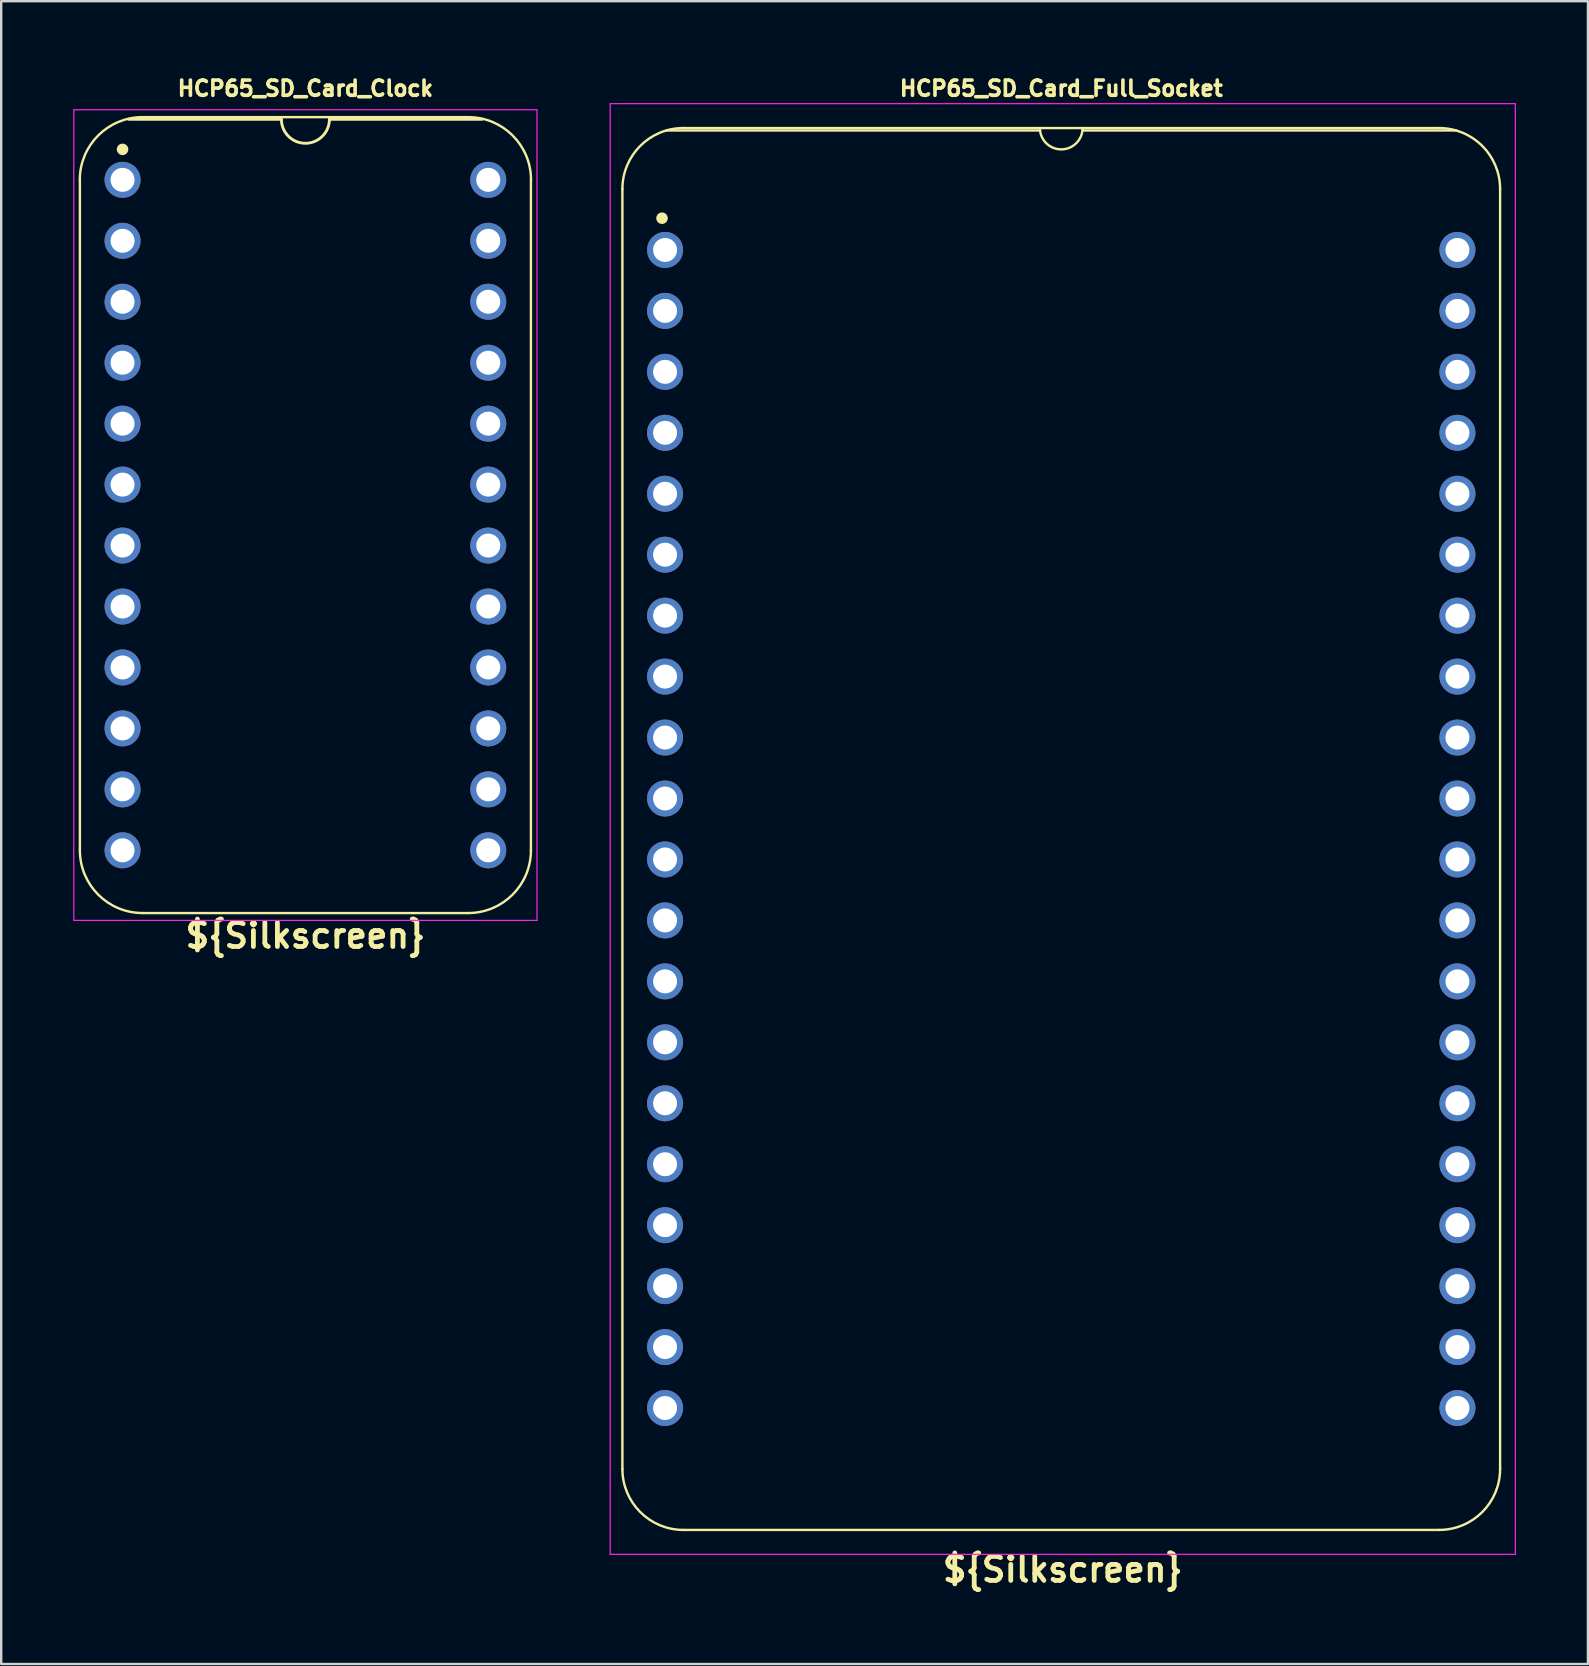
<source format=kicad_pcb>
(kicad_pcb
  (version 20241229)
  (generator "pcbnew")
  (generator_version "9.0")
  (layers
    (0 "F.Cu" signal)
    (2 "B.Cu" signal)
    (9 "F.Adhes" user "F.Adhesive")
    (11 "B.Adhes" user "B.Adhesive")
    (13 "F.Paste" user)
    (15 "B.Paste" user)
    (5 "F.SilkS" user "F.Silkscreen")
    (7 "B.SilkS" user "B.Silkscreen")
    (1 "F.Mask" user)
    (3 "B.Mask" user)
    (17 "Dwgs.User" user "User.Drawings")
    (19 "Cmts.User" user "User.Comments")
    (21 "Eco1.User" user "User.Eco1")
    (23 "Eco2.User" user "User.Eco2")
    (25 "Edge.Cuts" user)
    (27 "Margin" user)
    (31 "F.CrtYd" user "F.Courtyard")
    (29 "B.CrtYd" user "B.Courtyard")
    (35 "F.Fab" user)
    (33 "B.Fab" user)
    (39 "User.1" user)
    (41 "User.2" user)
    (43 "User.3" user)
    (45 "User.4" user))
  (footprint "HCP65_SD_Card_Full_Socket"
    (layer "F.Cu")
    (at 24.665 7.366)
    (property "Reference" "HCP65_SD_Card_Full_Socket" (at 16.51 -6.731 0) (layer "F.SilkS") (effects (font (size 0.635 0.635) (thickness 0.15))))
    (property "Silkscreen" "${Silkscreen}" (at 16.573 54.991 0) (layer "F.SilkS") (effects (font (size 1 1) (thickness 0.2) (bold yes))))
    (attr through_hole)
    (fp_line (start -1.778 50.8) (end -1.778 -2.54) (stroke (width 0.1) (type solid)) (layer "F.SilkS"))
    (fp_line (start 15.621 -4.978) (end 0.051 -4.978) (stroke (width 0.1) (type solid)) (layer "F.SilkS"))
    (fp_line (start 32.258 -5.08) (end 0.762 -5.08) (stroke (width 0.1) (type solid)) (layer "F.SilkS"))
    (fp_line (start 32.258 53.34) (end 0.762 53.34) (stroke (width 0.1) (type solid)) (layer "F.SilkS"))
    (fp_line (start 32.969 -4.978) (end 17.399 -4.978) (stroke (width 0.1) (type solid)) (layer "F.SilkS"))
    (fp_line (start 34.798 50.8) (end 34.798 -2.54) (stroke (width 0.1) (type solid)) (layer "F.SilkS"))
    (fp_arc (start -1.778 -2.54) (mid -1.034051 -4.33605) (end 0.762 -5.08) (stroke (width 0.1) (type solid)) (layer "F.SilkS"))
    (fp_arc (start 0.762 53.34) (mid -1.034051 52.596051) (end -1.778 50.8) (stroke (width 0.1) (type solid)) (layer "F.SilkS"))
    (fp_arc (start 17.399 -5.08) (mid 16.51 -4.191) (end 15.621 -5.08) (stroke (width 0.1) (type default)) (layer "F.SilkS"))
    (fp_arc (start 32.258 -5.08) (mid 34.054022 -4.336022) (end 34.798 -2.54) (stroke (width 0.1) (type solid)) (layer "F.SilkS"))
    (fp_arc (start 34.798 50.8) (mid 34.054051 52.596051) (end 32.258 53.34) (stroke (width 0.1) (type solid)) (layer "F.SilkS"))
    (fp_circle (center -0.127 -1.323) (end 0.053 -1.323) (stroke (width 0.12) (type solid)) (fill yes) (layer "F.SilkS"))
    (fp_line (start -2.286 -6.096) (end -2.286 54.356) (stroke (width 0.05) (type solid)) (layer "F.CrtYd"))
    (fp_line (start -2.286 -6.096) (end 35.433 -6.096) (stroke (width 0.05) (type solid)) (layer "F.CrtYd"))
    (fp_line (start -2.286 54.356) (end 35.433 54.356) (stroke (width 0.05) (type solid)) (layer "F.CrtYd"))
    (fp_line (start 35.433 54.356) (end 35.433 -6.096) (stroke (width 0.05) (type solid)) (layer "F.CrtYd"))
    (pad "1" thru_hole circle (at 0 0) (size 1.5 1.5) (drill 1) (layers "*.Cu" "*.Mask"))
    (pad "2" thru_hole circle (at 0 2.54) (size 1.5 1.5) (drill 1) (layers "*.Cu" "*.Mask"))
    (pad "3" thru_hole circle (at 0 5.08) (size 1.5 1.5) (drill 1) (layers "*.Cu" "*.Mask"))
    (pad "4" thru_hole circle (at 0 7.62) (size 1.5 1.5) (drill 1) (layers "*.Cu" "*.Mask"))
    (pad "5" thru_hole circle (at 0 10.16) (size 1.5 1.5) (drill 1) (layers "*.Cu" "*.Mask"))
    (pad "6" thru_hole circle (at 0 12.7) (size 1.5 1.5) (drill 1) (layers "*.Cu" "*.Mask"))
    (pad "7" thru_hole circle (at 0 15.24) (size 1.5 1.5) (drill 1) (layers "*.Cu" "*.Mask"))
    (pad "8" thru_hole circle (at 0 17.78) (size 1.5 1.5) (drill 1) (layers "*.Cu" "*.Mask"))
    (pad "9" thru_hole circle (at 0 20.32) (size 1.5 1.5) (drill 1) (layers "*.Cu" "*.Mask"))
    (pad "10" thru_hole circle (at 0 22.86) (size 1.5 1.5) (drill 1) (layers "*.Cu" "*.Mask"))
    (pad "11" thru_hole circle (at 0 25.4) (size 1.5 1.5) (drill 1) (layers "*.Cu" "*.Mask"))
    (pad "12" thru_hole circle (at 0 27.94) (size 1.5 1.5) (drill 1) (layers "*.Cu" "*.Mask"))
    (pad "13" thru_hole circle (at 0 30.48) (size 1.5 1.5) (drill 1) (layers "*.Cu" "*.Mask"))
    (pad "14" thru_hole circle (at 0 33.02) (size 1.5 1.5) (drill 1) (layers "*.Cu" "*.Mask"))
    (pad "15" thru_hole circle (at 0 35.56) (size 1.5 1.5) (drill 1) (layers "*.Cu" "*.Mask"))
    (pad "16" thru_hole circle (at 0 38.1) (size 1.5 1.5) (drill 1) (layers "*.Cu" "*.Mask"))
    (pad "17" thru_hole circle (at 0 40.64) (size 1.5 1.5) (drill 1) (layers "*.Cu" "*.Mask"))
    (pad "18" thru_hole circle (at 0 43.18) (size 1.5 1.5) (drill 1) (layers "*.Cu" "*.Mask"))
    (pad "19" thru_hole circle (at 0 45.72) (size 1.5 1.5) (drill 1) (layers "*.Cu" "*.Mask"))
    (pad "20" thru_hole circle (at 0 48.26) (size 1.5 1.5) (drill 1) (layers "*.Cu" "*.Mask"))
    (pad "21" thru_hole circle (at 33.02 48.26) (size 1.5 1.5) (drill 1) (layers "*.Cu" "*.Mask"))
    (pad "22" thru_hole circle (at 33.02 45.72) (size 1.5 1.5) (drill 1) (layers "*.Cu" "*.Mask"))
    (pad "23" thru_hole circle (at 33.02 43.18) (size 1.5 1.5) (drill 1) (layers "*.Cu" "*.Mask"))
    (pad "24" thru_hole circle (at 33.02 40.64) (size 1.5 1.5) (drill 1) (layers "*.Cu" "*.Mask"))
    (pad "25" thru_hole circle (at 33.02 38.1) (size 1.5 1.5) (drill 1) (layers "*.Cu" "*.Mask"))
    (pad "26" thru_hole circle (at 33.02 35.56) (size 1.5 1.5) (drill 1) (layers "*.Cu" "*.Mask"))
    (pad "27" thru_hole circle (at 33.02 33.02) (size 1.5 1.5) (drill 1) (layers "*.Cu" "*.Mask"))
    (pad "28" thru_hole circle (at 33.02 30.48) (size 1.5 1.5) (drill 1) (layers "*.Cu" "*.Mask"))
    (pad "29" thru_hole circle (at 33.02 27.94) (size 1.5 1.5) (drill 1) (layers "*.Cu" "*.Mask"))
    (pad "30" thru_hole circle (at 33.02 25.4) (size 1.5 1.5) (drill 1) (layers "*.Cu" "*.Mask"))
    (pad "31" thru_hole circle (at 33.02 22.86) (size 1.5 1.5) (drill 1) (layers "*.Cu" "*.Mask"))
    (pad "32" thru_hole circle (at 33.02 20.32) (size 1.5 1.5) (drill 1) (layers "*.Cu" "*.Mask"))
    (pad "33" thru_hole circle (at 33.02 17.78) (size 1.5 1.5) (drill 1) (layers "*.Cu" "*.Mask"))
    (pad "34" thru_hole circle (at 33.02 15.24) (size 1.5 1.5) (drill 1) (layers "*.Cu" "*.Mask"))
    (pad "35" thru_hole circle (at 33.02 12.7) (size 1.5 1.5) (drill 1) (layers "*.Cu" "*.Mask"))
    (pad "36" thru_hole circle (at 33.02 10.16) (size 1.5 1.5) (drill 1) (layers "*.Cu" "*.Mask"))
    (pad "37" thru_hole circle (at 33.02 7.62) (size 1.5 1.5) (drill 1) (layers "*.Cu" "*.Mask"))
    (pad "38" thru_hole circle (at 33.02 5.08) (size 1.5 1.5) (drill 1) (layers "*.Cu" "*.Mask"))
    (pad "39" thru_hole circle (at 33.02 2.54) (size 1.5 1.5) (drill 1) (layers "*.Cu" "*.Mask"))
    (pad "40" thru_hole circle (at 33.02 0) (size 1.5 1.5) (drill 1) (layers "*.Cu" "*.Mask")))
  (footprint "HCP65_SD_Card_Clock"
    (layer "F.Cu")
    (at 2.057 4.445)
    (property "Reference" "HCP65_SD_Card_Clock" (at 7.62 -3.81 0) (layer "F.SilkS") (effects (font (size 0.635 0.635) (thickness 0.15))))
    (property "Silkscreen" "${Silkscreen}" (at 7.62 31.496 0) (layer "F.SilkS") (effects (font (size 1 1) (thickness 0.2))))
    (attr through_hole)
    (fp_line (start -1.778 27.94) (end -1.778 0) (stroke (width 0.1) (type solid)) (layer "F.SilkS"))
    (fp_line (start 0.832 -2.614) (end 14.408 -2.614) (stroke (width 0.1) (type solid)) (layer "F.SilkS"))
    (fp_line (start 6.62 -2.524) (end 0.254 -2.524) (stroke (width 0.12) (type solid)) (layer "F.SilkS"))
    (fp_line (start 14.404 30.554) (end 0.836 30.554) (stroke (width 0.1) (type solid)) (layer "F.SilkS"))
    (fp_line (start 14.986 -2.524) (end 8.62 -2.524) (stroke (width 0.12) (type solid)) (layer "F.SilkS"))
    (fp_line (start 17.018 27.94) (end 17.018 0) (stroke (width 0.1) (type solid)) (layer "F.SilkS"))
    (fp_arc (start -1.781544 0) (mid -1.016 -1.848188) (end 0.832188 -2.613732) (stroke (width 0.1) (type solid)) (layer "F.SilkS"))
    (fp_arc (start 0.835733 30.553733) (mid -1.012457 29.78819) (end -1.778 27.94) (stroke (width 0.1) (type solid)) (layer "F.SilkS"))
    (fp_arc (start 8.62 -2.524) (mid 7.62 -1.524) (end 6.62 -2.524) (stroke (width 0.12) (type solid)) (layer "F.SilkS"))
    (fp_arc (start 14.407812 -2.613732) (mid 16.255993 -1.848181) (end 17.021544 0) (stroke (width 0.1) (type solid)) (layer "F.SilkS"))
    (fp_arc (start 17.018001 27.940001) (mid 16.252456 29.788188) (end 14.404269 30.553733) (stroke (width 0.1) (type solid)) (layer "F.SilkS"))
    (fp_circle (center 0 -1.27) (end 0.18 -1.27) (stroke (width 0.12) (type solid)) (fill yes) (layer "F.SilkS"))
    (fp_line (start -2.032 -2.921) (end -2.032 30.861) (stroke (width 0.05) (type solid)) (layer "F.CrtYd"))
    (fp_line (start -2.032 -2.921) (end 17.272 -2.921) (stroke (width 0.05) (type solid)) (layer "F.CrtYd"))
    (fp_line (start -2.032 30.861) (end 17.272 30.861) (stroke (width 0.05) (type solid)) (layer "F.CrtYd"))
    (fp_line (start 17.272 -2.921) (end 17.272 30.861) (stroke (width 0.05) (type solid)) (layer "F.CrtYd"))
    (pad "1" thru_hole circle (at 0 0) (size 1.5 1.5) (drill 1) (layers "*.Cu" "*.Mask"))
    (pad "2" thru_hole circle (at 0 2.54) (size 1.5 1.5) (drill 1) (layers "*.Cu" "*.Mask"))
    (pad "3" thru_hole circle (at 0 5.08) (size 1.5 1.5) (drill 1) (layers "*.Cu" "*.Mask"))
    (pad "4" thru_hole circle (at 0 7.62) (size 1.5 1.5) (drill 1) (layers "*.Cu" "*.Mask"))
    (pad "5" thru_hole circle (at 0 10.16) (size 1.5 1.5) (drill 1) (layers "*.Cu" "*.Mask"))
    (pad "6" thru_hole circle (at 0 12.7) (size 1.5 1.5) (drill 1) (layers "*.Cu" "*.Mask"))
    (pad "7" thru_hole circle (at 0 15.24) (size 1.5 1.5) (drill 1) (layers "*.Cu" "*.Mask"))
    (pad "8" thru_hole circle (at 0 17.78) (size 1.5 1.5) (drill 1) (layers "*.Cu" "*.Mask"))
    (pad "9" thru_hole circle (at 0 20.32) (size 1.5 1.5) (drill 1) (layers "*.Cu" "*.Mask"))
    (pad "10" thru_hole circle (at 0 22.86) (size 1.5 1.5) (drill 1) (layers "*.Cu" "*.Mask"))
    (pad "11" thru_hole circle (at 0 25.4) (size 1.5 1.5) (drill 1) (layers "*.Cu" "*.Mask"))
    (pad "12" thru_hole circle (at 0 27.94) (size 1.5 1.5) (drill 1) (layers "*.Cu" "*.Mask"))
    (pad "13" thru_hole circle (at 15.24 27.94) (size 1.5 1.5) (drill 1) (layers "*.Cu" "*.Mask"))
    (pad "14" thru_hole circle (at 15.24 25.4) (size 1.5 1.5) (drill 1) (layers "*.Cu" "*.Mask"))
    (pad "15" thru_hole circle (at 15.24 22.86) (size 1.5 1.5) (drill 1) (layers "*.Cu" "*.Mask"))
    (pad "16" thru_hole circle (at 15.24 20.32) (size 1.5 1.5) (drill 1) (layers "*.Cu" "*.Mask"))
    (pad "17" thru_hole circle (at 15.24 17.78) (size 1.5 1.5) (drill 1) (layers "*.Cu" "*.Mask"))
    (pad "18" thru_hole circle (at 15.24 15.24) (size 1.5 1.5) (drill 1) (layers "*.Cu" "*.Mask"))
    (pad "19" thru_hole circle (at 15.24 12.7) (size 1.5 1.5) (drill 1) (layers "*.Cu" "*.Mask"))
    (pad "20" thru_hole circle (at 15.24 10.16) (size 1.5 1.5) (drill 1) (layers "*.Cu" "*.Mask"))
    (pad "21" thru_hole circle (at 15.24 7.62) (size 1.5 1.5) (drill 1) (layers "*.Cu" "*.Mask"))
    (pad "22" thru_hole circle (at 15.24 5.08) (size 1.5 1.5) (drill 1) (layers "*.Cu" "*.Mask"))
    (pad "23" thru_hole circle (at 15.24 2.54) (size 1.5 1.5) (drill 1) (layers "*.Cu" "*.Mask"))
    (pad "24" thru_hole circle (at 15.24 0) (size 1.5 1.5) (drill 1) (layers "*.Cu" "*.Mask")))
  (gr_rect
    (start -3 -3)
    (end 63.123 66.293)
    (stroke (width 0.1) (type default))
    (fill no)
    (layer "Edge.Cuts")))
</source>
